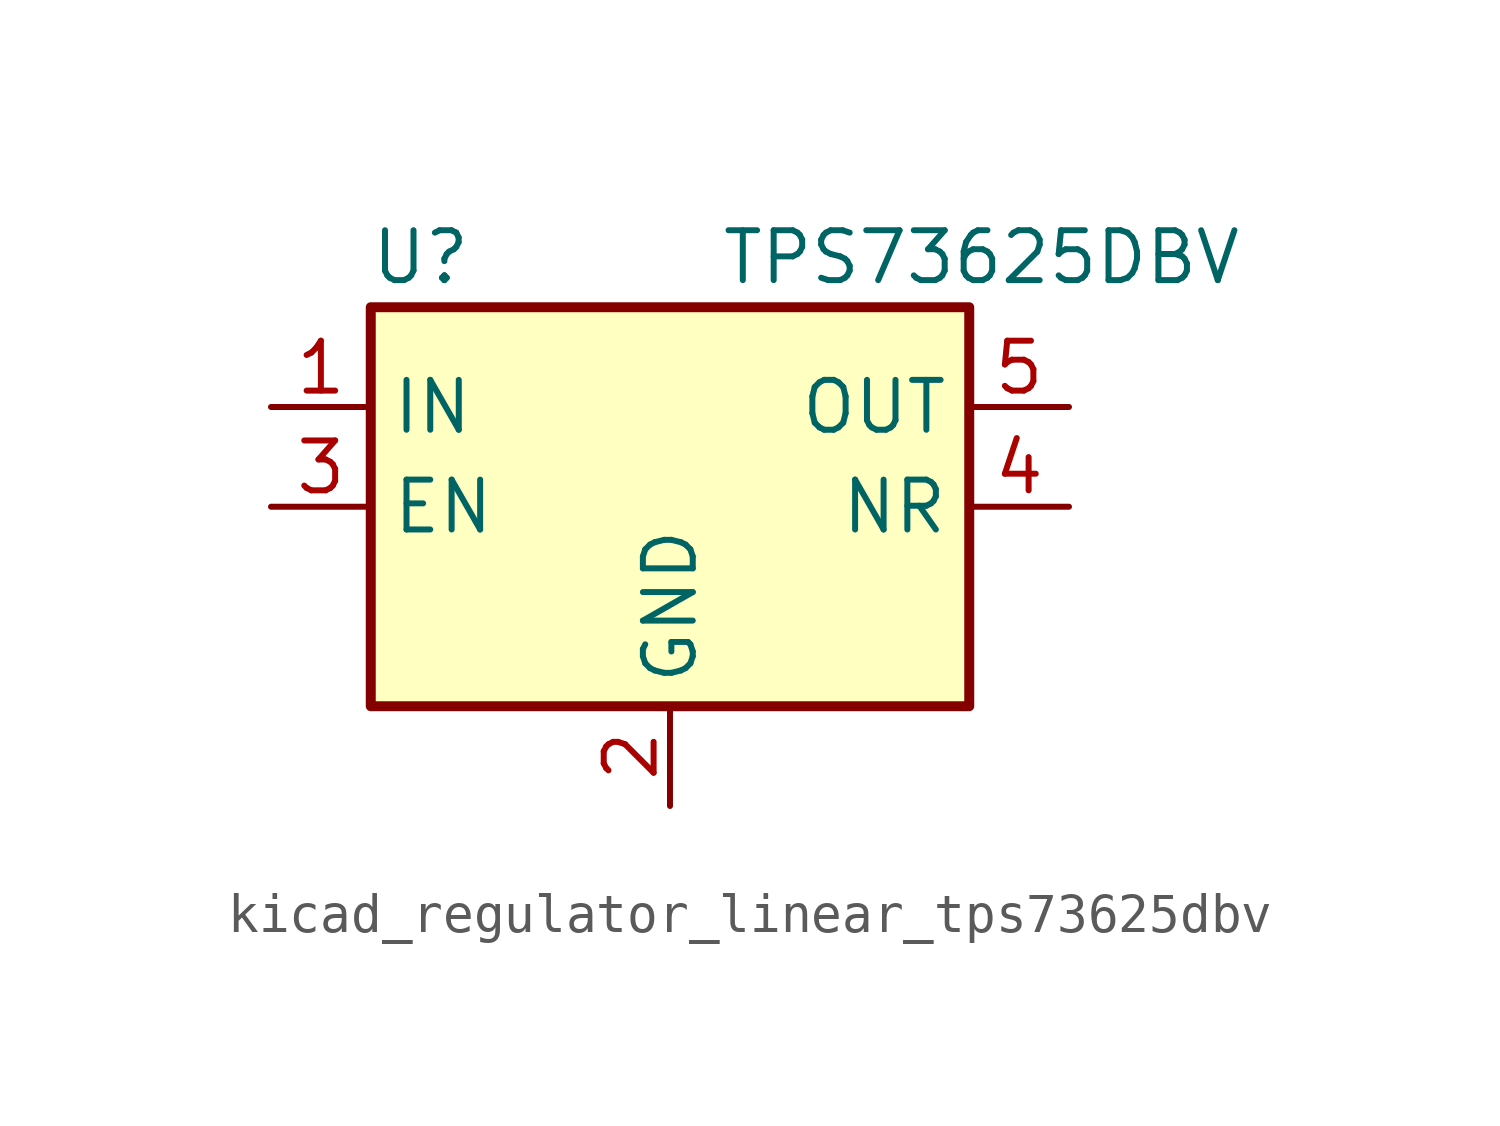
<source format=kicad_sym>
(kicad_symbol_lib
  (version 20220914)
  (generator kicad_symbol_editor)
  (symbol "kicad_regulator_linear_tps73625dbv"
    (property "Reference" "U"
      (at -6.35 6.35 0)
      (effects (font (size 1.27 1.27))))
    (property "Value" "TPS73625DBV"
      (at 1.27 6.35 0)
      (effects (font (size 1.27 1.27)) (justify left)))
    (symbol "kicad_regulator_linear_tps73625dbv_0_1"
      (rectangle (start -7.62 -5.08) (end 7.62 5.08) (stroke (width 0.254) (type default)) (fill (type background))))
    (symbol "kicad_regulator_linear_tps73625dbv_1_1"
      (pin power_in line (at -10.16 2.54 0) (length 2.54) (name "IN" (effects (font (size 1.27 1.27)))) (number "1" (effects (font (size 1.27 1.27)))))
      (pin power_in line (at 0 -7.62 90) (length 2.54) (name "GND" (effects (font (size 1.27 1.27)))) (number "2" (effects (font (size 1.27 1.27)))))
      (pin input line (at -10.16 0 0) (length 2.54) (name "EN" (effects (font (size 1.27 1.27)))) (number "3" (effects (font (size 1.27 1.27)))))
      (pin passive line (at 10.16 0 180) (length 2.54) (name "NR" (effects (font (size 1.27 1.27)))) (number "4" (effects (font (size 1.27 1.27)))))
      (pin power_out line (at 10.16 2.54 180) (length 2.54) (name "OUT" (effects (font (size 1.27 1.27)))) (number "5" (effects (font (size 1.27 1.27))))))))
</source>
